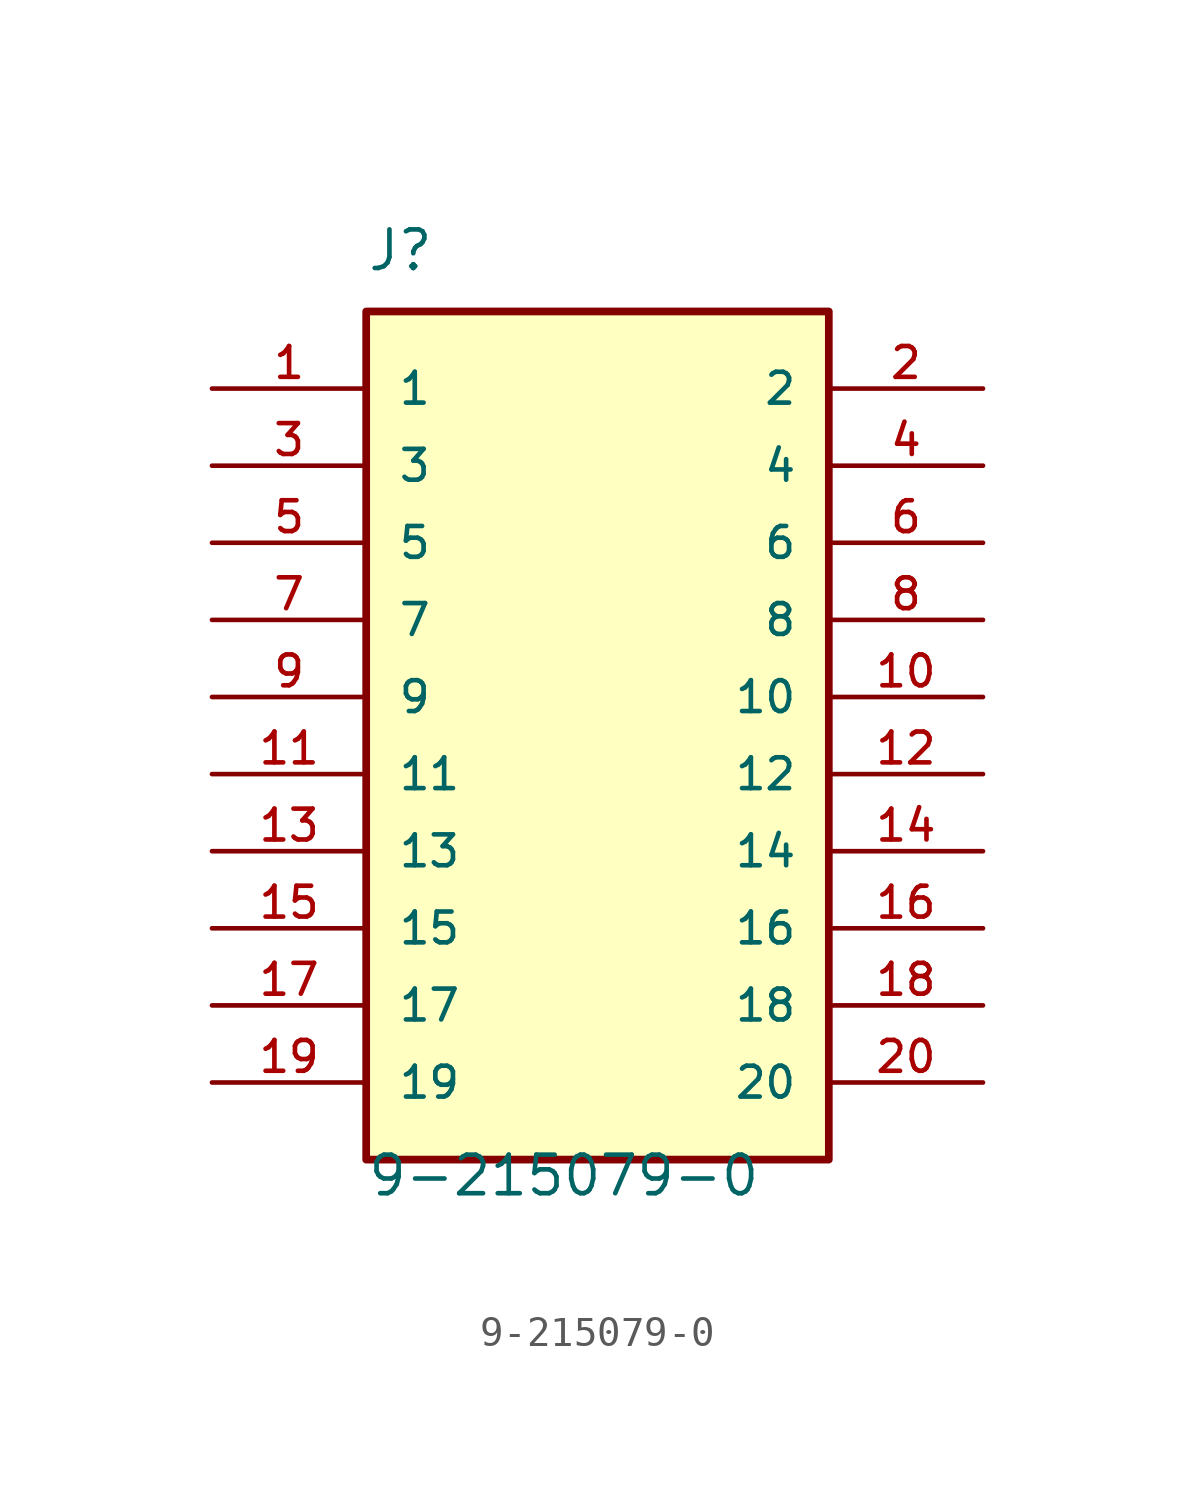
<source format=kicad_sym>
(kicad_symbol_lib
  (version 20211014)
  (generator kicad_symbol_editor)
  (symbol "9-215079-0"
    (pin_names
      (offset 1.016))
    (property "Reference" "J"
      (at -7.62 13.97 0)
      (effects (font (size 1.27 1.27)) (justify left bottom)))
    (property "Value" "9-215079-0"
      (at -7.62 -16.51 0)
      (effects (font (size 1.27 1.27)) (justify left bottom)))
    (property "ki_locked" ""
      (at 0 0 0)
      (effects (font (size 1.27 1.27))))
    (symbol "9-215079-0_0_0"
      (rectangle (start -7.62 -15.24) (end 7.62 12.7) (stroke (width 0.254) (type default) (color 0 0 0 0)) (fill (type background)))
      (pin passive line (at -12.7 10.16 0) (length 5.08) (name "1" (effects (font (size 1.016 1.016)))) (number "1" (effects (font (size 1.016 1.016)))))
      (pin passive line (at 12.7 0 180) (length 5.08) (name "10" (effects (font (size 1.016 1.016)))) (number "10" (effects (font (size 1.016 1.016)))))
      (pin passive line (at -12.7 -2.54 0) (length 5.08) (name "11" (effects (font (size 1.016 1.016)))) (number "11" (effects (font (size 1.016 1.016)))))
      (pin passive line (at 12.7 -2.54 180) (length 5.08) (name "12" (effects (font (size 1.016 1.016)))) (number "12" (effects (font (size 1.016 1.016)))))
      (pin passive line (at -12.7 -5.08 0) (length 5.08) (name "13" (effects (font (size 1.016 1.016)))) (number "13" (effects (font (size 1.016 1.016)))))
      (pin passive line (at 12.7 -5.08 180) (length 5.08) (name "14" (effects (font (size 1.016 1.016)))) (number "14" (effects (font (size 1.016 1.016)))))
      (pin passive line (at -12.7 -7.62 0) (length 5.08) (name "15" (effects (font (size 1.016 1.016)))) (number "15" (effects (font (size 1.016 1.016)))))
      (pin passive line (at 12.7 -7.62 180) (length 5.08) (name "16" (effects (font (size 1.016 1.016)))) (number "16" (effects (font (size 1.016 1.016)))))
      (pin passive line (at -12.7 -10.16 0) (length 5.08) (name "17" (effects (font (size 1.016 1.016)))) (number "17" (effects (font (size 1.016 1.016)))))
      (pin passive line (at 12.7 -10.16 180) (length 5.08) (name "18" (effects (font (size 1.016 1.016)))) (number "18" (effects (font (size 1.016 1.016)))))
      (pin passive line (at -12.7 -12.7 0) (length 5.08) (name "19" (effects (font (size 1.016 1.016)))) (number "19" (effects (font (size 1.016 1.016)))))
      (pin passive line (at 12.7 10.16 180) (length 5.08) (name "2" (effects (font (size 1.016 1.016)))) (number "2" (effects (font (size 1.016 1.016)))))
      (pin passive line (at 12.7 -12.7 180) (length 5.08) (name "20" (effects (font (size 1.016 1.016)))) (number "20" (effects (font (size 1.016 1.016)))))
      (pin passive line (at -12.7 7.62 0) (length 5.08) (name "3" (effects (font (size 1.016 1.016)))) (number "3" (effects (font (size 1.016 1.016)))))
      (pin passive line (at 12.7 7.62 180) (length 5.08) (name "4" (effects (font (size 1.016 1.016)))) (number "4" (effects (font (size 1.016 1.016)))))
      (pin passive line (at -12.7 5.08 0) (length 5.08) (name "5" (effects (font (size 1.016 1.016)))) (number "5" (effects (font (size 1.016 1.016)))))
      (pin passive line (at 12.7 5.08 180) (length 5.08) (name "6" (effects (font (size 1.016 1.016)))) (number "6" (effects (font (size 1.016 1.016)))))
      (pin passive line (at -12.7 2.54 0) (length 5.08) (name "7" (effects (font (size 1.016 1.016)))) (number "7" (effects (font (size 1.016 1.016)))))
      (pin passive line (at 12.7 2.54 180) (length 5.08) (name "8" (effects (font (size 1.016 1.016)))) (number "8" (effects (font (size 1.016 1.016)))))
      (pin passive line (at -12.7 0 0) (length 5.08) (name "9" (effects (font (size 1.016 1.016)))) (number "9" (effects (font (size 1.016 1.016))))))))
</source>
